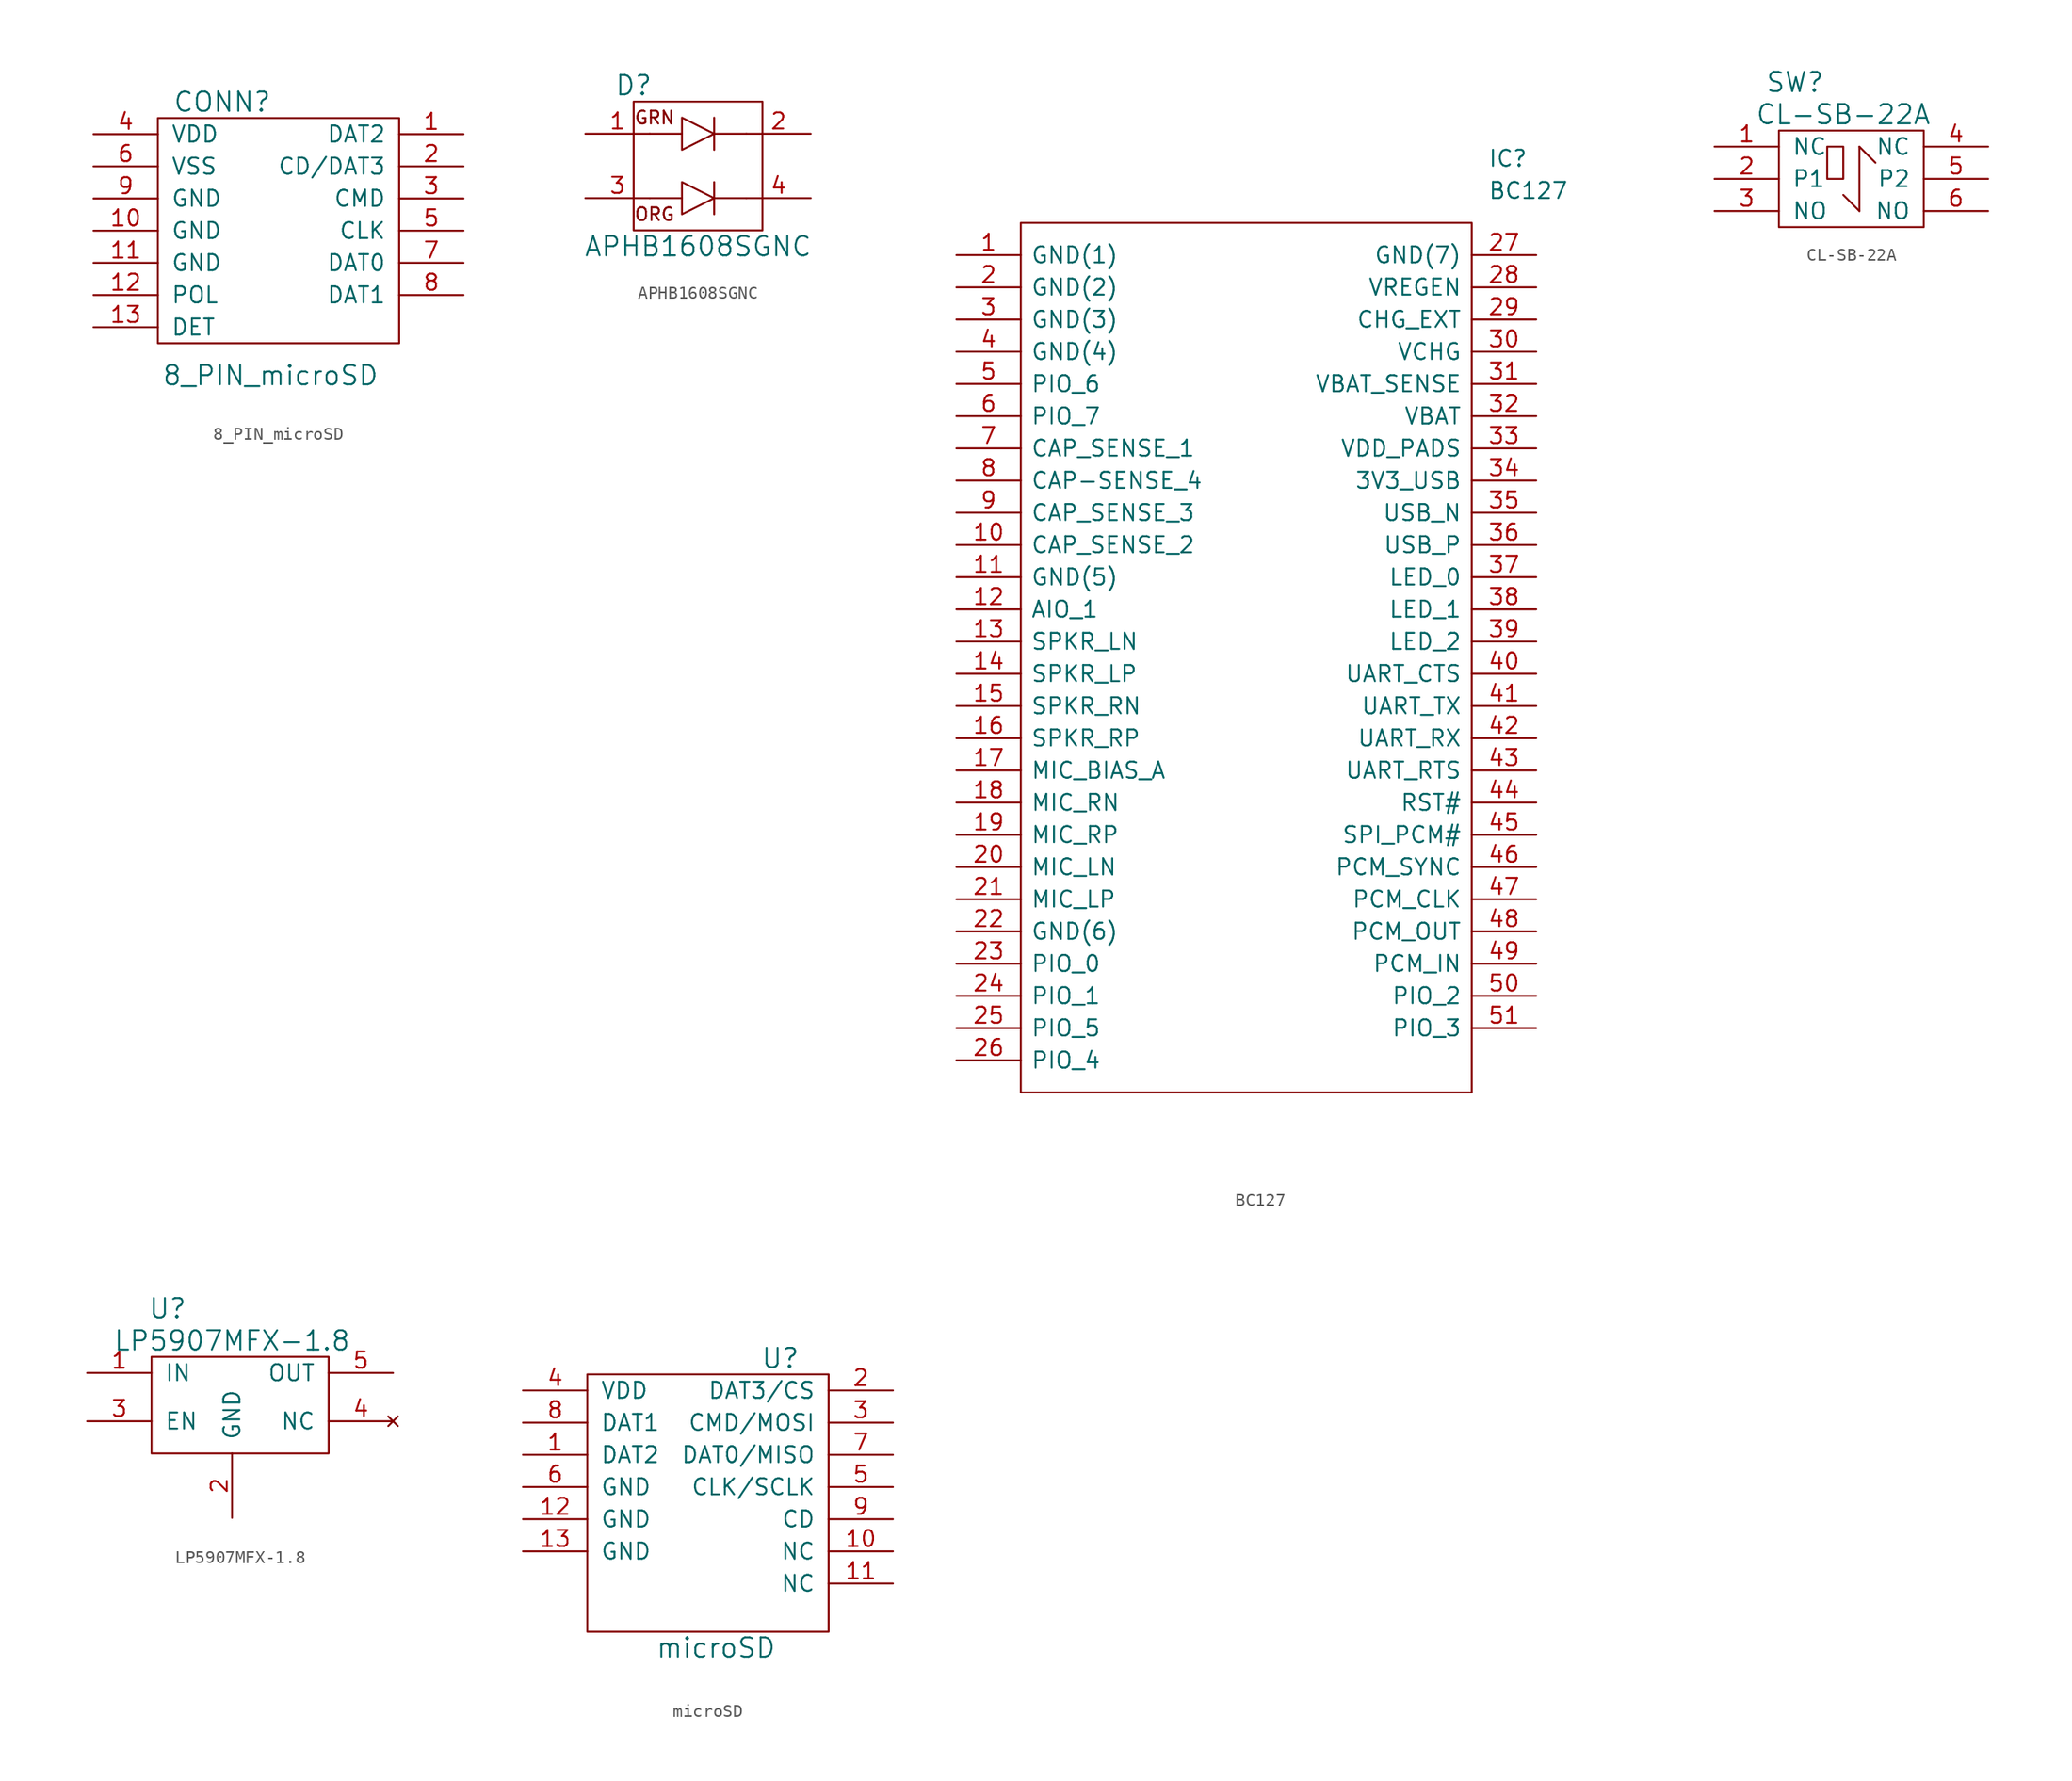
<source format=kicad_sym>
(kicad_symbol_lib
  (version 20220914)
  (generator kicad_symbol_editor)
  (symbol "8_PIN_microSD"
    (pin_names
      (offset 1.016))
    (property "Reference" "CONN"
      (at -3.81 10.16 0)
      (effects (font (size 1.524 1.524))))
    (property "Value" "8_PIN_microSD"
      (at 0 -11.43 0)
      (effects (font (size 1.524 1.524))))
    (property "Footprint" ""
      (at 3.81 11.43 0)
      (effects (font (size 1.524 1.524))))
    (property "Datasheet" ""
      (at 3.81 11.43 0)
      (effects (font (size 1.524 1.524))))
    (symbol "8_PIN_microSD_0_1"
      (rectangle (start -8.89 8.89) (end 10.16 -8.89) (stroke (width 0) (type solid)) (fill (type none))))
    (symbol "8_PIN_microSD_1_1"
      (pin input line (at 15.24 7.62 180) (length 5.08) (name "DAT2" (effects (font (size 1.27 1.27)))) (number "1" (effects (font (size 1.27 1.27)))))
      (pin input line (at -13.97 0 0) (length 5.08) (name "GND" (effects (font (size 1.27 1.27)))) (number "10" (effects (font (size 1.27 1.27)))))
      (pin input line (at -13.97 -2.54 0) (length 5.08) (name "GND" (effects (font (size 1.27 1.27)))) (number "11" (effects (font (size 1.27 1.27)))))
      (pin input line (at -13.97 -5.08 0) (length 5.08) (name "POL" (effects (font (size 1.27 1.27)))) (number "12" (effects (font (size 1.27 1.27)))))
      (pin input line (at -13.97 -7.62 0) (length 5.08) (name "DET" (effects (font (size 1.27 1.27)))) (number "13" (effects (font (size 1.27 1.27)))))
      (pin input line (at 15.24 5.08 180) (length 5.08) (name "CD/DAT3" (effects (font (size 1.27 1.27)))) (number "2" (effects (font (size 1.27 1.27)))))
      (pin input line (at 15.24 2.54 180) (length 5.08) (name "CMD" (effects (font (size 1.27 1.27)))) (number "3" (effects (font (size 1.27 1.27)))))
      (pin input line (at -13.97 7.62 0) (length 5.08) (name "VDD" (effects (font (size 1.27 1.27)))) (number "4" (effects (font (size 1.27 1.27)))))
      (pin input line (at 15.24 0 180) (length 5.08) (name "CLK" (effects (font (size 1.27 1.27)))) (number "5" (effects (font (size 1.27 1.27)))))
      (pin input line (at -13.97 5.08 0) (length 5.08) (name "VSS" (effects (font (size 1.27 1.27)))) (number "6" (effects (font (size 1.27 1.27)))))
      (pin input line (at 15.24 -2.54 180) (length 5.08) (name "DAT0" (effects (font (size 1.27 1.27)))) (number "7" (effects (font (size 1.27 1.27)))))
      (pin input line (at 15.24 -5.08 180) (length 5.08) (name "DAT1" (effects (font (size 1.27 1.27)))) (number "8" (effects (font (size 1.27 1.27)))))
      (pin input line (at -13.97 2.54 0) (length 5.08) (name "GND" (effects (font (size 1.27 1.27)))) (number "9" (effects (font (size 1.27 1.27)))))))
  (symbol "APHB1608SGNC"
    (pin_names
      (offset 1.016))
    (property "Reference" "D"
      (at 0 0 0)
      (effects (font (size 1.524 1.524))))
    (property "Value" "APHB1608SGNC"
      (at 5.08 -12.7 0)
      (effects (font (size 1.524 1.524))))
    (property "Footprint" ""
      (at 0 0 0)
      (effects (font (size 1.524 1.524))))
    (property "Datasheet" ""
      (at 0 0 0)
      (effects (font (size 1.524 1.524))))
    (symbol "APHB1608SGNC_0_0"
      (text "ORG" (at 0 -10.16 0) (effects (font (size 1.016 1.016)) (justify left))))
    (symbol "APHB1608SGNC_0_1"
      (rectangle (start 0 -1.27) (end 10.16 -11.43) (stroke (width 0) (type solid)) (fill (type none)))
      (polyline (pts (xy 3.81 -8.89) (xy 1.27 -8.89)) (stroke (width 0) (type solid)) (fill (type none)))
      (polyline (pts (xy 3.81 -3.81) (xy 1.27 -3.81)) (stroke (width 0) (type solid)) (fill (type none)))
      (polyline (pts (xy 6.35 -8.89) (xy 8.89 -8.89)) (stroke (width 0) (type solid)) (fill (type none)))
      (polyline (pts (xy 6.35 -7.62) (xy 6.35 -10.16)) (stroke (width 0) (type solid)) (fill (type none)))
      (polyline (pts (xy 6.35 -3.81) (xy 8.89 -3.81)) (stroke (width 0) (type solid)) (fill (type none)))
      (polyline (pts (xy 6.35 -2.54) (xy 6.35 -5.08)) (stroke (width 0) (type solid)) (fill (type none)))
      (polyline (pts (xy 3.81 -7.62) (xy 3.81 -10.16) (xy 6.35 -8.89) (xy 3.81 -7.62)) (stroke (width 0) (type solid)) (fill (type none)))
      (polyline (pts (xy 3.81 -2.54) (xy 6.35 -3.81) (xy 3.81 -5.08) (xy 3.81 -2.54)) (stroke (width 0) (type solid)) (fill (type none))))
    (symbol "APHB1608SGNC_1_0"
      (text "GRN" (at 0 -2.54 0) (effects (font (size 1.016 1.016)) (justify left))))
    (symbol "APHB1608SGNC_1_1"
      (pin input line (at -3.81 -3.81 0) (length 5.08) (name "~" (effects (font (size 1.27 1.27)))) (number "1" (effects (font (size 1.27 1.27)))))
      (pin input line (at 13.97 -3.81 180) (length 5.08) (name "~" (effects (font (size 1.27 1.27)))) (number "2" (effects (font (size 1.27 1.27)))))
      (pin input line (at -3.81 -8.89 0) (length 5.08) (name "~" (effects (font (size 1.27 1.27)))) (number "3" (effects (font (size 1.27 1.27)))))
      (pin input line (at 13.97 -8.89 180) (length 5.08) (name "~" (effects (font (size 1.27 1.27)))) (number "4" (effects (font (size 1.27 1.27)))))))
  (symbol "BC127"
    (pin_names
      (offset 0.762))
    (property "Reference" "IC"
      (at 19.05 40.64 0)
      (effects (font (size 1.27 1.27)) (justify left)))
    (property "Value" "BC127"
      (at 19.05 38.1 0)
      (effects (font (size 1.27 1.27)) (justify left)))
    (symbol "BC127_0_0"
      (pin bidirectional line (at -22.86 33.02 0) (length 5.08) (name "GND(1)" (effects (font (size 1.27 1.27)))) (number "1" (effects (font (size 1.27 1.27)))))
      (pin bidirectional line (at -22.86 10.16 0) (length 5.08) (name "CAP_SENSE_2" (effects (font (size 1.27 1.27)))) (number "10" (effects (font (size 1.27 1.27)))))
      (pin bidirectional line (at -22.86 7.62 0) (length 5.08) (name "GND(5)" (effects (font (size 1.27 1.27)))) (number "11" (effects (font (size 1.27 1.27)))))
      (pin bidirectional line (at -22.86 5.08 0) (length 5.08) (name "AIO_1" (effects (font (size 1.27 1.27)))) (number "12" (effects (font (size 1.27 1.27)))))
      (pin bidirectional line (at -22.86 2.54 0) (length 5.08) (name "SPKR_LN" (effects (font (size 1.27 1.27)))) (number "13" (effects (font (size 1.27 1.27)))))
      (pin bidirectional line (at -22.86 0 0) (length 5.08) (name "SPKR_LP" (effects (font (size 1.27 1.27)))) (number "14" (effects (font (size 1.27 1.27)))))
      (pin bidirectional line (at -22.86 -2.54 0) (length 5.08) (name "SPKR_RN" (effects (font (size 1.27 1.27)))) (number "15" (effects (font (size 1.27 1.27)))))
      (pin bidirectional line (at -22.86 -5.08 0) (length 5.08) (name "SPKR_RP" (effects (font (size 1.27 1.27)))) (number "16" (effects (font (size 1.27 1.27)))))
      (pin bidirectional line (at -22.86 -7.62 0) (length 5.08) (name "MIC_BIAS_A" (effects (font (size 1.27 1.27)))) (number "17" (effects (font (size 1.27 1.27)))))
      (pin bidirectional line (at -22.86 -10.16 0) (length 5.08) (name "MIC_RN" (effects (font (size 1.27 1.27)))) (number "18" (effects (font (size 1.27 1.27)))))
      (pin bidirectional line (at -22.86 -12.7 0) (length 5.08) (name "MIC_RP" (effects (font (size 1.27 1.27)))) (number "19" (effects (font (size 1.27 1.27)))))
      (pin bidirectional line (at -22.86 30.48 0) (length 5.08) (name "GND(2)" (effects (font (size 1.27 1.27)))) (number "2" (effects (font (size 1.27 1.27)))))
      (pin bidirectional line (at -22.86 -15.24 0) (length 5.08) (name "MIC_LN" (effects (font (size 1.27 1.27)))) (number "20" (effects (font (size 1.27 1.27)))))
      (pin bidirectional line (at -22.86 -17.78 0) (length 5.08) (name "MIC_LP" (effects (font (size 1.27 1.27)))) (number "21" (effects (font (size 1.27 1.27)))))
      (pin bidirectional line (at -22.86 -20.32 0) (length 5.08) (name "GND(6)" (effects (font (size 1.27 1.27)))) (number "22" (effects (font (size 1.27 1.27)))))
      (pin bidirectional line (at -22.86 -22.86 0) (length 5.08) (name "PIO_0" (effects (font (size 1.27 1.27)))) (number "23" (effects (font (size 1.27 1.27)))))
      (pin bidirectional line (at -22.86 -25.4 0) (length 5.08) (name "PIO_1" (effects (font (size 1.27 1.27)))) (number "24" (effects (font (size 1.27 1.27)))))
      (pin bidirectional line (at -22.86 -27.94 0) (length 5.08) (name "PIO_5" (effects (font (size 1.27 1.27)))) (number "25" (effects (font (size 1.27 1.27)))))
      (pin bidirectional line (at -22.86 -30.48 0) (length 5.08) (name "PIO_4" (effects (font (size 1.27 1.27)))) (number "26" (effects (font (size 1.27 1.27)))))
      (pin bidirectional line (at 22.86 33.02 180) (length 5.08) (name "GND(7)" (effects (font (size 1.27 1.27)))) (number "27" (effects (font (size 1.27 1.27)))))
      (pin bidirectional line (at 22.86 30.48 180) (length 5.08) (name "VREGEN" (effects (font (size 1.27 1.27)))) (number "28" (effects (font (size 1.27 1.27)))))
      (pin bidirectional line (at 22.86 27.94 180) (length 5.08) (name "CHG_EXT" (effects (font (size 1.27 1.27)))) (number "29" (effects (font (size 1.27 1.27)))))
      (pin bidirectional line (at -22.86 27.94 0) (length 5.08) (name "GND(3)" (effects (font (size 1.27 1.27)))) (number "3" (effects (font (size 1.27 1.27)))))
      (pin bidirectional line (at 22.86 25.4 180) (length 5.08) (name "VCHG" (effects (font (size 1.27 1.27)))) (number "30" (effects (font (size 1.27 1.27)))))
      (pin bidirectional line (at 22.86 22.86 180) (length 5.08) (name "VBAT_SENSE" (effects (font (size 1.27 1.27)))) (number "31" (effects (font (size 1.27 1.27)))))
      (pin bidirectional line (at 22.86 20.32 180) (length 5.08) (name "VBAT" (effects (font (size 1.27 1.27)))) (number "32" (effects (font (size 1.27 1.27)))))
      (pin bidirectional line (at 22.86 17.78 180) (length 5.08) (name "VDD_PADS" (effects (font (size 1.27 1.27)))) (number "33" (effects (font (size 1.27 1.27)))))
      (pin bidirectional line (at 22.86 15.24 180) (length 5.08) (name "3V3_USB" (effects (font (size 1.27 1.27)))) (number "34" (effects (font (size 1.27 1.27)))))
      (pin bidirectional line (at 22.86 12.7 180) (length 5.08) (name "USB_N" (effects (font (size 1.27 1.27)))) (number "35" (effects (font (size 1.27 1.27)))))
      (pin bidirectional line (at 22.86 10.16 180) (length 5.08) (name "USB_P" (effects (font (size 1.27 1.27)))) (number "36" (effects (font (size 1.27 1.27)))))
      (pin bidirectional line (at 22.86 7.62 180) (length 5.08) (name "LED_0" (effects (font (size 1.27 1.27)))) (number "37" (effects (font (size 1.27 1.27)))))
      (pin bidirectional line (at 22.86 5.08 180) (length 5.08) (name "LED_1" (effects (font (size 1.27 1.27)))) (number "38" (effects (font (size 1.27 1.27)))))
      (pin bidirectional line (at 22.86 2.54 180) (length 5.08) (name "LED_2" (effects (font (size 1.27 1.27)))) (number "39" (effects (font (size 1.27 1.27)))))
      (pin bidirectional line (at -22.86 25.4 0) (length 5.08) (name "GND(4)" (effects (font (size 1.27 1.27)))) (number "4" (effects (font (size 1.27 1.27)))))
      (pin bidirectional line (at 22.86 0 180) (length 5.08) (name "UART_CTS" (effects (font (size 1.27 1.27)))) (number "40" (effects (font (size 1.27 1.27)))))
      (pin bidirectional line (at 22.86 -2.54 180) (length 5.08) (name "UART_TX" (effects (font (size 1.27 1.27)))) (number "41" (effects (font (size 1.27 1.27)))))
      (pin bidirectional line (at 22.86 -5.08 180) (length 5.08) (name "UART_RX" (effects (font (size 1.27 1.27)))) (number "42" (effects (font (size 1.27 1.27)))))
      (pin bidirectional line (at 22.86 -7.62 180) (length 5.08) (name "UART_RTS" (effects (font (size 1.27 1.27)))) (number "43" (effects (font (size 1.27 1.27)))))
      (pin bidirectional line (at 22.86 -10.16 180) (length 5.08) (name "RST#" (effects (font (size 1.27 1.27)))) (number "44" (effects (font (size 1.27 1.27)))))
      (pin bidirectional line (at 22.86 -12.7 180) (length 5.08) (name "SPI_PCM#" (effects (font (size 1.27 1.27)))) (number "45" (effects (font (size 1.27 1.27)))))
      (pin bidirectional line (at 22.86 -15.24 180) (length 5.08) (name "PCM_SYNC" (effects (font (size 1.27 1.27)))) (number "46" (effects (font (size 1.27 1.27)))))
      (pin bidirectional line (at 22.86 -17.78 180) (length 5.08) (name "PCM_CLK" (effects (font (size 1.27 1.27)))) (number "47" (effects (font (size 1.27 1.27)))))
      (pin bidirectional line (at 22.86 -20.32 180) (length 5.08) (name "PCM_OUT" (effects (font (size 1.27 1.27)))) (number "48" (effects (font (size 1.27 1.27)))))
      (pin bidirectional line (at 22.86 -22.86 180) (length 5.08) (name "PCM_IN" (effects (font (size 1.27 1.27)))) (number "49" (effects (font (size 1.27 1.27)))))
      (pin bidirectional line (at -22.86 22.86 0) (length 5.08) (name "PIO_6" (effects (font (size 1.27 1.27)))) (number "5" (effects (font (size 1.27 1.27)))))
      (pin bidirectional line (at 22.86 -25.4 180) (length 5.08) (name "PIO_2" (effects (font (size 1.27 1.27)))) (number "50" (effects (font (size 1.27 1.27)))))
      (pin bidirectional line (at 22.86 -27.94 180) (length 5.08) (name "PIO_3" (effects (font (size 1.27 1.27)))) (number "51" (effects (font (size 1.27 1.27)))))
      (pin bidirectional line (at -22.86 20.32 0) (length 5.08) (name "PIO_7" (effects (font (size 1.27 1.27)))) (number "6" (effects (font (size 1.27 1.27)))))
      (pin bidirectional line (at -22.86 17.78 0) (length 5.08) (name "CAP_SENSE_1" (effects (font (size 1.27 1.27)))) (number "7" (effects (font (size 1.27 1.27)))))
      (pin bidirectional line (at -22.86 15.24 0) (length 5.08) (name "CAP-SENSE_4" (effects (font (size 1.27 1.27)))) (number "8" (effects (font (size 1.27 1.27)))))
      (pin bidirectional line (at -22.86 12.7 0) (length 5.08) (name "CAP_SENSE_3" (effects (font (size 1.27 1.27)))) (number "9" (effects (font (size 1.27 1.27))))))
    (symbol "BC127_0_1"
      (polyline (pts (xy -17.78 35.56) (xy 17.78 35.56) (xy 17.78 -33.02) (xy -17.78 -33.02) (xy -17.78 35.56)) (stroke (width 0.152) (type solid)) (fill (type none)))))
  (symbol "CL-SB-22A"
    (pin_names
      (offset 1.016))
    (property "Reference" "SW"
      (at -6.35 7.62 0)
      (effects (font (size 1.524 1.524))))
    (property "Value" "CL-SB-22A"
      (at -2.54 5.08 0)
      (effects (font (size 1.524 1.524))))
    (property "Footprint" ""
      (at 0 0 0)
      (effects (font (size 1.524 1.524))))
    (property "Datasheet" ""
      (at 0 0 0)
      (effects (font (size 1.524 1.524))))
    (symbol "CL-SB-22A_0_1"
      (rectangle (start -7.62 3.81) (end 3.81 -3.81) (stroke (width 0) (type solid)) (fill (type none)))
      (rectangle (start -3.81 2.54) (end -2.54 0) (stroke (width 0) (type solid)) (fill (type none)))
      (polyline (pts (xy -2.54 -1.27) (xy -1.27 -2.54)) (stroke (width 0) (type solid)) (fill (type none)))
      (polyline (pts (xy -1.27 2.54) (xy -1.27 -2.54)) (stroke (width 0) (type solid)) (fill (type none)))
      (polyline (pts (xy -1.27 2.54) (xy 0 1.27)) (stroke (width 0) (type solid)) (fill (type none))))
    (symbol "CL-SB-22A_1_1"
      (pin input line (at -12.7 2.54 0) (length 5.08) (name "NC" (effects (font (size 1.27 1.27)))) (number "1" (effects (font (size 1.27 1.27)))))
      (pin input line (at -12.7 0 0) (length 5.08) (name "P1" (effects (font (size 1.27 1.27)))) (number "2" (effects (font (size 1.27 1.27)))))
      (pin input line (at -12.7 -2.54 0) (length 5.08) (name "NO" (effects (font (size 1.27 1.27)))) (number "3" (effects (font (size 1.27 1.27)))))
      (pin input line (at 8.89 2.54 180) (length 5.08) (name "NC" (effects (font (size 1.27 1.27)))) (number "4" (effects (font (size 1.27 1.27)))))
      (pin input line (at 8.89 0 180) (length 5.08) (name "P2" (effects (font (size 1.27 1.27)))) (number "5" (effects (font (size 1.27 1.27)))))
      (pin input line (at 8.89 -2.54 180) (length 5.08) (name "NO" (effects (font (size 1.27 1.27)))) (number "6" (effects (font (size 1.27 1.27)))))))
  (symbol "LP5907MFX-1.8"
    (pin_names
      (offset 1.016))
    (property "Reference" "U"
      (at -3.81 11.43 0)
      (effects (font (size 1.524 1.524))))
    (property "Value" "LP5907MFX-1.8"
      (at 1.27 8.89 0)
      (effects (font (size 1.524 1.524))))
    (property "Footprint" ""
      (at 0 0 0)
      (effects (font (size 1.524 1.524))))
    (property "Datasheet" ""
      (at 0 0 0)
      (effects (font (size 1.524 1.524))))
    (symbol "LP5907MFX-1.8_0_1"
      (rectangle (start -5.08 7.62) (end 8.89 0) (stroke (width 0) (type solid)) (fill (type none))))
    (symbol "LP5907MFX-1.8_1_1"
      (pin input line (at -10.16 6.35 0) (length 5.08) (name "IN" (effects (font (size 1.27 1.27)))) (number "1" (effects (font (size 1.27 1.27)))))
      (pin input line (at 1.27 -5.08 90) (length 5.08) (name "GND" (effects (font (size 1.27 1.27)))) (number "2" (effects (font (size 1.27 1.27)))))
      (pin input line (at -10.16 2.54 0) (length 5.08) (name "EN" (effects (font (size 1.27 1.27)))) (number "3" (effects (font (size 1.27 1.27)))))
      (pin no_connect line (at 13.97 2.54 180) (length 5.08) (name "NC" (effects (font (size 1.27 1.27)))) (number "4" (effects (font (size 1.27 1.27)))))
      (pin input line (at 13.97 6.35 180) (length 5.08) (name "OUT" (effects (font (size 1.27 1.27)))) (number "5" (effects (font (size 1.27 1.27)))))))
  (symbol "microSD"
    (pin_names
      (offset 1.016))
    (property "Reference" "U"
      (at 2.54 11.43 0)
      (effects (font (size 1.524 1.524))))
    (property "Value" "microSD"
      (at -2.54 -11.43 0)
      (effects (font (size 1.524 1.524))))
    (property "Footprint" ""
      (at 6.35 15.24 0)
      (effects (font (size 1.524 1.524))))
    (property "Datasheet" ""
      (at 6.35 15.24 0)
      (effects (font (size 1.524 1.524))))
    (symbol "microSD_0_1"
      (rectangle (start -12.7 10.16) (end 6.35 -10.16) (stroke (width 0) (type solid)) (fill (type none))))
    (symbol "microSD_1_1"
      (pin input line (at -17.78 3.81 0) (length 5.08) (name "DAT2" (effects (font (size 1.27 1.27)))) (number "1" (effects (font (size 1.27 1.27)))))
      (pin input line (at 11.43 -3.81 180) (length 5.08) (name "NC" (effects (font (size 1.27 1.27)))) (number "10" (effects (font (size 1.27 1.27)))))
      (pin input line (at 11.43 -6.35 180) (length 5.08) (name "NC" (effects (font (size 1.27 1.27)))) (number "11" (effects (font (size 1.27 1.27)))))
      (pin input line (at -17.78 -1.27 0) (length 5.08) (name "GND" (effects (font (size 1.27 1.27)))) (number "12" (effects (font (size 1.27 1.27)))))
      (pin input line (at -17.78 -3.81 0) (length 5.08) (name "GND" (effects (font (size 1.27 1.27)))) (number "13" (effects (font (size 1.27 1.27)))))
      (pin input line (at 11.43 8.89 180) (length 5.08) (name "DAT3/CS" (effects (font (size 1.27 1.27)))) (number "2" (effects (font (size 1.27 1.27)))))
      (pin input line (at 11.43 6.35 180) (length 5.08) (name "CMD/MOSI" (effects (font (size 1.27 1.27)))) (number "3" (effects (font (size 1.27 1.27)))))
      (pin input line (at -17.78 8.89 0) (length 5.08) (name "VDD" (effects (font (size 1.27 1.27)))) (number "4" (effects (font (size 1.27 1.27)))))
      (pin input line (at 11.43 1.27 180) (length 5.08) (name "CLK/SCLK" (effects (font (size 1.27 1.27)))) (number "5" (effects (font (size 1.27 1.27)))))
      (pin input line (at -17.78 1.27 0) (length 5.08) (name "GND" (effects (font (size 1.27 1.27)))) (number "6" (effects (font (size 1.27 1.27)))))
      (pin input line (at 11.43 3.81 180) (length 5.08) (name "DAT0/MISO" (effects (font (size 1.27 1.27)))) (number "7" (effects (font (size 1.27 1.27)))))
      (pin input line (at -17.78 6.35 0) (length 5.08) (name "DAT1" (effects (font (size 1.27 1.27)))) (number "8" (effects (font (size 1.27 1.27)))))
      (pin input line (at 11.43 -1.27 180) (length 5.08) (name "CD" (effects (font (size 1.27 1.27)))) (number "9" (effects (font (size 1.27 1.27))))))))
</source>
